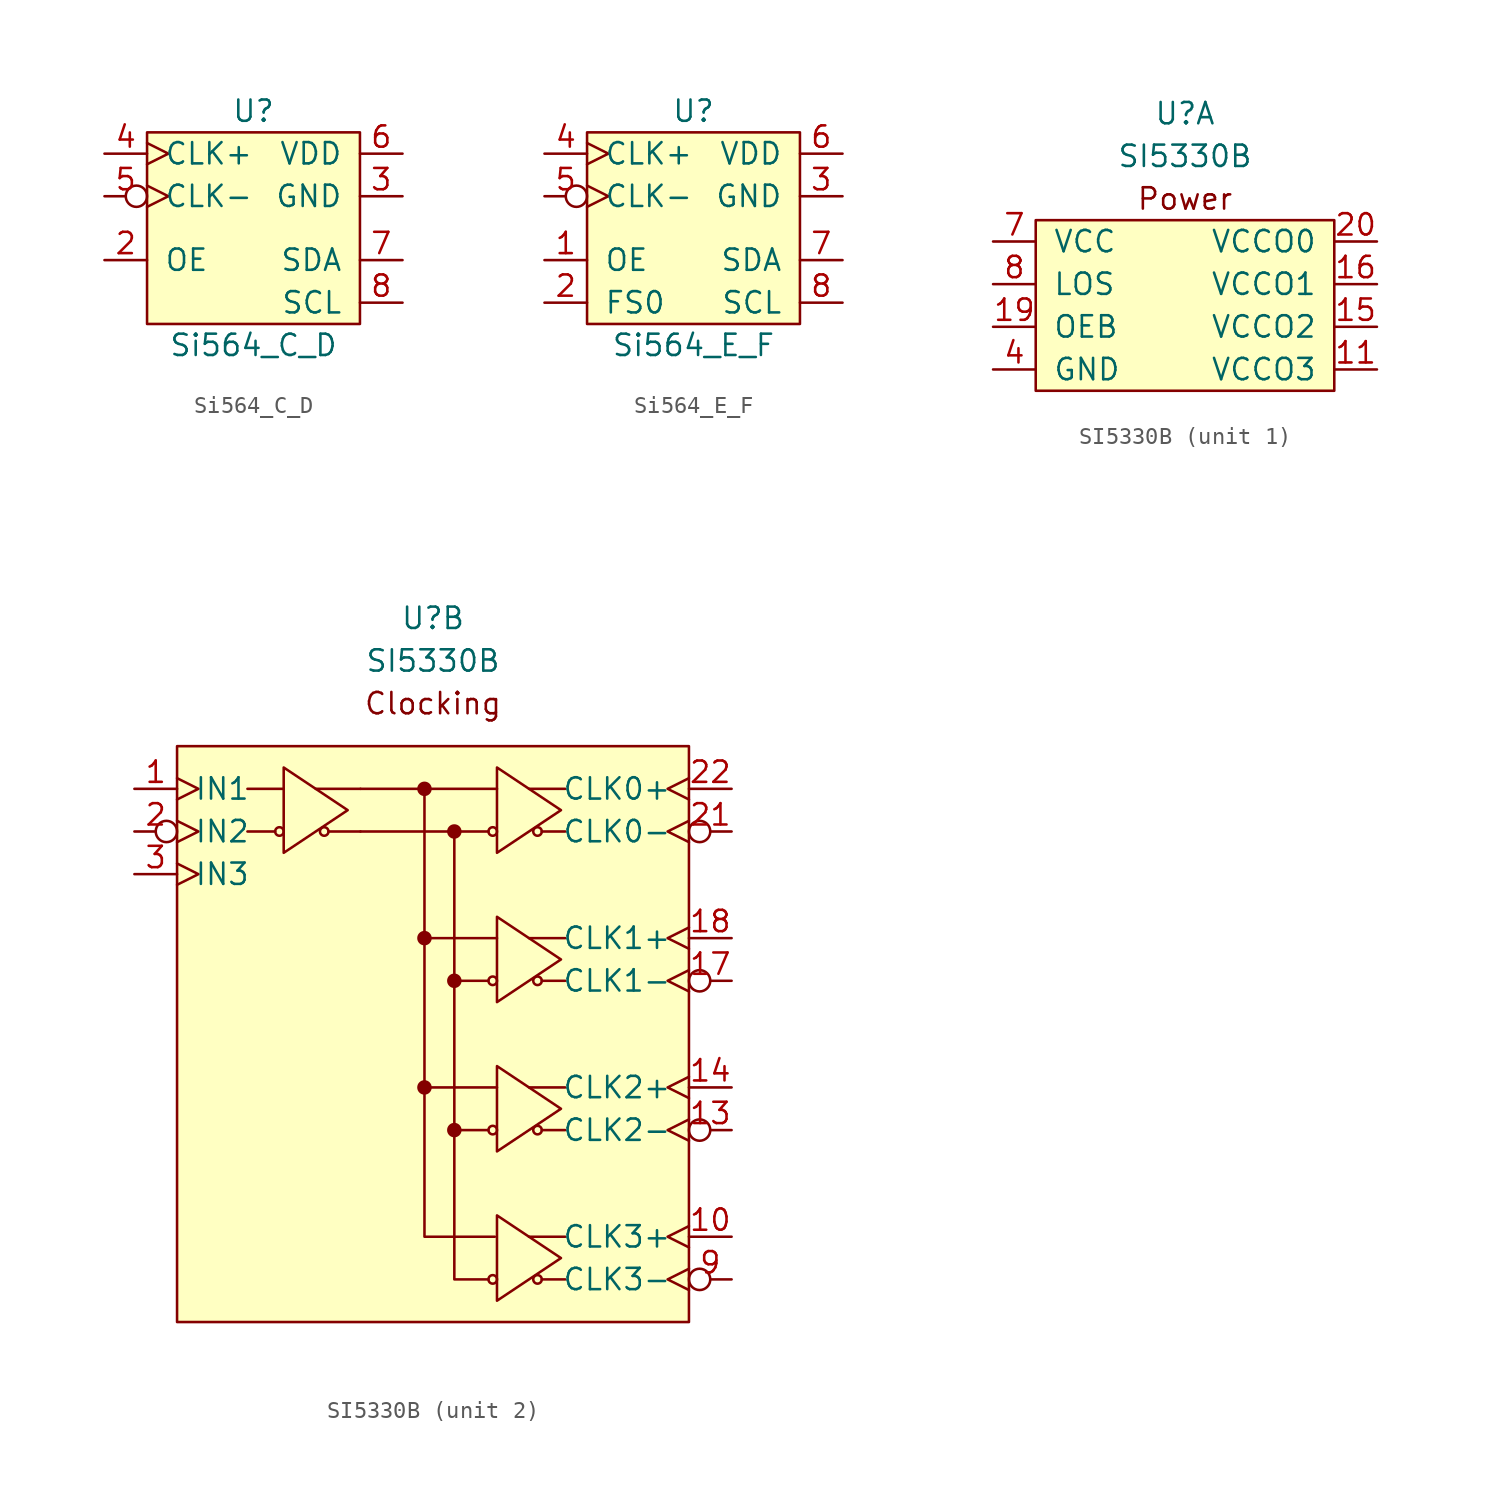
<source format=kicad_sym>
(kicad_symbol_lib
  (version 20211014)
  (generator kicad_symbol_editor)
  (symbol "Si564_C_D"
    (pin_names
      (offset 1.016))
    (property "Reference" "U"
      (at 0 6.35 0)
      (effects (font (size 1.27 1.27))))
    (property "Value" "Si564_C_D"
      (at 0 -7.62 0)
      (effects (font (size 1.27 1.27))))
    (symbol "Si564_C_D_0_1"
      (rectangle (start -6.35 5.08) (end 6.35 -6.35) (stroke (width 0) (type default) (color 0 0 0 0)) (fill (type background)))
      (pin passive line (at 8.89 1.27 180) (length 2.54) (name "GND" (effects (font (size 1.27 1.27)))) (number "3" (effects (font (size 1.27 1.27)))))
      (pin passive clock (at -8.89 3.81 0) (length 2.54) (name "CLK+" (effects (font (size 1.27 1.27)))) (number "4" (effects (font (size 1.27 1.27)))))
      (pin passive inverted_clock (at -8.89 1.27 0) (length 2.54) (name "CLK-" (effects (font (size 1.27 1.27)))) (number "5" (effects (font (size 1.27 1.27)))))
      (pin power_in line (at 8.89 3.81 180) (length 2.54) (name "VDD" (effects (font (size 1.27 1.27)))) (number "6" (effects (font (size 1.27 1.27)))))
      (pin passive line (at 8.89 -2.54 180) (length 2.54) (name "SDA" (effects (font (size 1.27 1.27)))) (number "7" (effects (font (size 1.27 1.27)))))
      (pin passive line (at 8.89 -5.08 180) (length 2.54) (name "SCL" (effects (font (size 1.27 1.27)))) (number "8" (effects (font (size 1.27 1.27))))))
    (symbol "Si564_C_D_1_1"
      (pin no_connect non_logic (at -8.89 -5.08 0) (length 2.54) hide (name "NC" (effects (font (size 1.27 1.27)))) (number "1" (effects (font (size 1.27 1.27)))))
      (pin passive line (at -8.89 -2.54 0) (length 2.54) (name "OE" (effects (font (size 1.27 1.27)))) (number "2" (effects (font (size 1.27 1.27)))))))
  (symbol "Si564_E_F"
    (pin_names
      (offset 1.016))
    (property "Reference" "U"
      (at 0 6.35 0)
      (effects (font (size 1.27 1.27))))
    (property "Value" "Si564_E_F"
      (at 0 -7.62 0)
      (effects (font (size 1.27 1.27))))
    (symbol "Si564_E_F_0_1"
      (rectangle (start -6.35 5.08) (end 6.35 -6.35) (stroke (width 0) (type default) (color 0 0 0 0)) (fill (type background)))
      (pin passive line (at 8.89 1.27 180) (length 2.54) (name "GND" (effects (font (size 1.27 1.27)))) (number "3" (effects (font (size 1.27 1.27)))))
      (pin passive clock (at -8.89 3.81 0) (length 2.54) (name "CLK+" (effects (font (size 1.27 1.27)))) (number "4" (effects (font (size 1.27 1.27)))))
      (pin passive inverted_clock (at -8.89 1.27 0) (length 2.54) (name "CLK-" (effects (font (size 1.27 1.27)))) (number "5" (effects (font (size 1.27 1.27)))))
      (pin power_in line (at 8.89 3.81 180) (length 2.54) (name "VDD" (effects (font (size 1.27 1.27)))) (number "6" (effects (font (size 1.27 1.27)))))
      (pin passive line (at 8.89 -2.54 180) (length 2.54) (name "SDA" (effects (font (size 1.27 1.27)))) (number "7" (effects (font (size 1.27 1.27)))))
      (pin passive line (at 8.89 -5.08 180) (length 2.54) (name "SCL" (effects (font (size 1.27 1.27)))) (number "8" (effects (font (size 1.27 1.27))))))
    (symbol "Si564_E_F_1_1"
      (pin passive line (at -8.89 -2.54 0) (length 2.54) (name "OE" (effects (font (size 1.27 1.27)))) (number "1" (effects (font (size 1.27 1.27)))))
      (pin passive line (at -8.89 -5.08 0) (length 2.54) (name "FS0" (effects (font (size 1.27 1.27)))) (number "2" (effects (font (size 1.27 1.27)))))))
  (symbol "SI5330B"
    (pin_names
      (offset 1.016))
    (property "Reference" "U"
      (at 0 10.16 0)
      (effects (font (size 1.27 1.27))))
    (property "Value" "SI5330B"
      (at 0 7.62 0)
      (effects (font (size 1.27 1.27))))
    (property "ki_locked" ""
      (at 0 0 0)
      (effects (font (size 1.27 1.27))))
    (symbol "SI5330B_1_0"
      (rectangle (start -8.89 3.81) (end 8.89 -6.35) (stroke (width 0) (type default) (color 0 0 0 0)) (fill (type background)))
      (text "Power" (at 0 5.08 0) (effects (font (size 1.27 1.27)))))
    (symbol "SI5330B_1_1"
      (pin power_in line (at 11.43 -5.08 180) (length 2.54) (name "VCCO3" (effects (font (size 1.27 1.27)))) (number "11" (effects (font (size 1.27 1.27)))))
      (pin passive line (at -11.43 -5.08 0) (length 2.54) hide (name "GND" (effects (font (size 1.27 1.27)))) (number "12" (effects (font (size 1.27 1.27)))))
      (pin power_in line (at 11.43 -2.54 180) (length 2.54) (name "VCCO2" (effects (font (size 1.27 1.27)))) (number "15" (effects (font (size 1.27 1.27)))))
      (pin power_in line (at 11.43 0 180) (length 2.54) (name "VCCO1" (effects (font (size 1.27 1.27)))) (number "16" (effects (font (size 1.27 1.27)))))
      (pin input line (at -11.43 -2.54 0) (length 2.54) (name "OEB" (effects (font (size 1.27 1.27)))) (number "19" (effects (font (size 1.27 1.27)))))
      (pin power_in line (at 11.43 2.54 180) (length 2.54) (name "VCCO0" (effects (font (size 1.27 1.27)))) (number "20" (effects (font (size 1.27 1.27)))))
      (pin passive line (at -11.43 -5.08 0) (length 2.54) hide (name "GND" (effects (font (size 1.27 1.27)))) (number "23" (effects (font (size 1.27 1.27)))))
      (pin passive line (at -11.43 2.54 0) (length 2.54) hide (name "VCC" (effects (font (size 1.27 1.27)))) (number "24" (effects (font (size 1.27 1.27)))))
      (pin passive line (at -11.43 -5.08 0) (length 2.54) hide (name "GND" (effects (font (size 1.27 1.27)))) (number "25" (effects (font (size 1.27 1.27)))))
      (pin passive line (at -11.43 -5.08 0) (length 2.54) (name "GND" (effects (font (size 1.27 1.27)))) (number "4" (effects (font (size 1.27 1.27)))))
      (pin passive line (at -11.43 -5.08 0) (length 2.54) hide (name "GND" (effects (font (size 1.27 1.27)))) (number "5" (effects (font (size 1.27 1.27)))))
      (pin passive line (at -11.43 -5.08 0) (length 2.54) hide (name "GND" (effects (font (size 1.27 1.27)))) (number "6" (effects (font (size 1.27 1.27)))))
      (pin input line (at -11.43 2.54 0) (length 2.54) (name "VCC" (effects (font (size 1.27 1.27)))) (number "7" (effects (font (size 1.27 1.27)))))
      (pin open_collector line (at -11.43 0 0) (length 2.54) (name "LOS" (effects (font (size 1.27 1.27)))) (number "8" (effects (font (size 1.27 1.27))))))
    (symbol "SI5330B_2_0"
      (rectangle (start -15.24 2.54) (end 15.24 -31.75) (stroke (width 0) (type default) (color 0 0 0 0)) (fill (type background)))
      (circle (center -9.144 -2.54) (radius 0.254) (stroke (width 0) (type default) (color 0 0 0 0)) (fill (type none)))
      (circle (center -0.508 0) (radius 0.356) (stroke (width 0) (type default) (color 0 0 0 0)) (fill (type outline)))
      (polyline (pts (xy -9.398 -2.54) (xy -11.049 -2.54)) (stroke (width 0) (type default) (color 0 0 0 0)) (fill (type none)))
      (polyline (pts (xy -8.89 0) (xy -11.049 0)) (stroke (width 0) (type default) (color 0 0 0 0)) (fill (type none)))
      (polyline (pts (xy -6.985 0) (xy -4.318 0)) (stroke (width 0) (type default) (color 0 0 0 0)) (fill (type none)))
      (polyline (pts (xy -6.223 -2.54) (xy -4.318 -2.54)) (stroke (width 0) (type default) (color 0 0 0 0)) (fill (type none)))
      (polyline (pts (xy -4.318 -2.54) (xy 3.302 -2.54)) (stroke (width 0) (type default) (color 0 0 0 0)) (fill (type none)))
      (polyline (pts (xy 3.302 -20.32) (xy 1.27 -20.32)) (stroke (width 0) (type default) (color 0 0 0 0)) (fill (type none)))
      (polyline (pts (xy 3.302 -11.43) (xy 1.27 -11.43)) (stroke (width 0) (type default) (color 0 0 0 0)) (fill (type none)))
      (polyline (pts (xy 3.81 -17.78) (xy -0.508 -17.78)) (stroke (width 0) (type default) (color 0 0 0 0)) (fill (type none)))
      (polyline (pts (xy 3.81 -8.89) (xy -0.508 -8.89)) (stroke (width 0) (type default) (color 0 0 0 0)) (fill (type none)))
      (polyline (pts (xy 3.81 0) (xy -4.318 0)) (stroke (width 0) (type default) (color 0 0 0 0)) (fill (type none)))
      (polyline (pts (xy -0.508 0) (xy -0.508 -26.67) (xy 3.683 -26.67)) (stroke (width 0) (type default) (color 0 0 0 0)) (fill (type none)))
      (polyline (pts (xy 1.27 -2.54) (xy 1.27 -29.21) (xy 3.302 -29.21)) (stroke (width 0) (type default) (color 0 0 0 0)) (fill (type none)))
      (polyline (pts (xy -8.89 1.27) (xy -8.89 -3.81) (xy -5.08 -1.27) (xy -8.89 1.27)) (stroke (width 0) (type default) (color 0 0 0 0)) (fill (type none)))
      (text "Clocking" (at 0 5.08 0) (effects (font (size 1.27 1.27)))))
    (symbol "SI5330B_2_1"
      (circle (center -6.477 -2.54) (radius 0.254) (stroke (width 0) (type default) (color 0 0 0 0)) (fill (type none)))
      (circle (center -0.508 -17.78) (radius 0.356) (stroke (width 0) (type default) (color 0 0 0 0)) (fill (type outline)))
      (circle (center -0.508 -8.89) (radius 0.356) (stroke (width 0) (type default) (color 0 0 0 0)) (fill (type outline)))
      (polyline (pts (xy 5.715 -26.67) (xy 7.874 -26.67)) (stroke (width 0) (type default) (color 0 0 0 0)) (fill (type none)))
      (polyline (pts (xy 5.715 -17.78) (xy 7.874 -17.78)) (stroke (width 0) (type default) (color 0 0 0 0)) (fill (type none)))
      (polyline (pts (xy 5.715 -8.89) (xy 7.874 -8.89)) (stroke (width 0) (type default) (color 0 0 0 0)) (fill (type none)))
      (polyline (pts (xy 5.715 0) (xy 7.874 0)) (stroke (width 0) (type default) (color 0 0 0 0)) (fill (type none)))
      (polyline (pts (xy 6.477 -29.21) (xy 7.874 -29.21)) (stroke (width 0) (type default) (color 0 0 0 0)) (fill (type none)))
      (polyline (pts (xy 6.477 -20.32) (xy 7.874 -20.32)) (stroke (width 0) (type default) (color 0 0 0 0)) (fill (type none)))
      (polyline (pts (xy 6.477 -11.43) (xy 7.874 -11.43)) (stroke (width 0) (type default) (color 0 0 0 0)) (fill (type none)))
      (polyline (pts (xy 6.477 -2.54) (xy 7.874 -2.54)) (stroke (width 0) (type default) (color 0 0 0 0)) (fill (type none)))
      (polyline (pts (xy 3.81 -25.4) (xy 3.81 -30.48) (xy 7.62 -27.94) (xy 3.81 -25.4)) (stroke (width 0) (type default) (color 0 0 0 0)) (fill (type none)))
      (polyline (pts (xy 3.81 -16.51) (xy 3.81 -21.59) (xy 7.62 -19.05) (xy 3.81 -16.51)) (stroke (width 0) (type default) (color 0 0 0 0)) (fill (type none)))
      (polyline (pts (xy 3.81 -7.62) (xy 3.81 -12.7) (xy 7.62 -10.16) (xy 3.81 -7.62)) (stroke (width 0) (type default) (color 0 0 0 0)) (fill (type none)))
      (polyline (pts (xy 3.81 1.27) (xy 3.81 -3.81) (xy 7.62 -1.27) (xy 3.81 1.27)) (stroke (width 0) (type default) (color 0 0 0 0)) (fill (type none)))
      (circle (center 1.27 -20.32) (radius 0.356) (stroke (width 0) (type default) (color 0 0 0 0)) (fill (type outline)))
      (circle (center 1.27 -11.43) (radius 0.356) (stroke (width 0) (type default) (color 0 0 0 0)) (fill (type outline)))
      (circle (center 1.27 -2.54) (radius 0.356) (stroke (width 0) (type default) (color 0 0 0 0)) (fill (type outline)))
      (circle (center 3.556 -29.21) (radius 0.254) (stroke (width 0) (type default) (color 0 0 0 0)) (fill (type none)))
      (circle (center 3.556 -20.32) (radius 0.254) (stroke (width 0) (type default) (color 0 0 0 0)) (fill (type none)))
      (circle (center 3.556 -11.43) (radius 0.254) (stroke (width 0) (type default) (color 0 0 0 0)) (fill (type none)))
      (circle (center 3.556 -2.54) (radius 0.254) (stroke (width 0) (type default) (color 0 0 0 0)) (fill (type none)))
      (circle (center 6.223 -29.21) (radius 0.254) (stroke (width 0) (type default) (color 0 0 0 0)) (fill (type none)))
      (circle (center 6.223 -20.32) (radius 0.254) (stroke (width 0) (type default) (color 0 0 0 0)) (fill (type none)))
      (circle (center 6.223 -11.43) (radius 0.254) (stroke (width 0) (type default) (color 0 0 0 0)) (fill (type none)))
      (circle (center 6.223 -2.54) (radius 0.254) (stroke (width 0) (type default) (color 0 0 0 0)) (fill (type none)))
      (pin input clock (at -17.78 0 0) (length 2.54) (name "IN1" (effects (font (size 1.27 1.27)))) (number "1" (effects (font (size 1.27 1.27)))))
      (pin output clock (at 17.78 -26.67 180) (length 2.54) (name "CLK3+" (effects (font (size 1.27 1.27)))) (number "10" (effects (font (size 1.27 1.27)))))
      (pin output inverted_clock (at 17.78 -20.32 180) (length 2.54) (name "CLK2-" (effects (font (size 1.27 1.27)))) (number "13" (effects (font (size 1.27 1.27)))))
      (pin output clock (at 17.78 -17.78 180) (length 2.54) (name "CLK2+" (effects (font (size 1.27 1.27)))) (number "14" (effects (font (size 1.27 1.27)))))
      (pin output inverted_clock (at 17.78 -11.43 180) (length 2.54) (name "CLK1-" (effects (font (size 1.27 1.27)))) (number "17" (effects (font (size 1.27 1.27)))))
      (pin output clock (at 17.78 -8.89 180) (length 2.54) (name "CLK1+" (effects (font (size 1.27 1.27)))) (number "18" (effects (font (size 1.27 1.27)))))
      (pin input inverted_clock (at -17.78 -2.54 0) (length 2.54) (name "IN2" (effects (font (size 1.27 1.27)))) (number "2" (effects (font (size 1.27 1.27)))))
      (pin output inverted_clock (at 17.78 -2.54 180) (length 2.54) (name "CLK0-" (effects (font (size 1.27 1.27)))) (number "21" (effects (font (size 1.27 1.27)))))
      (pin output clock (at 17.78 0 180) (length 2.54) (name "CLK0+" (effects (font (size 1.27 1.27)))) (number "22" (effects (font (size 1.27 1.27)))))
      (pin input clock (at -17.78 -5.08 0) (length 2.54) (name "IN3" (effects (font (size 1.27 1.27)))) (number "3" (effects (font (size 1.27 1.27)))))
      (pin output inverted_clock (at 17.78 -29.21 180) (length 2.54) (name "CLK3-" (effects (font (size 1.27 1.27)))) (number "9" (effects (font (size 1.27 1.27))))))))
</source>
